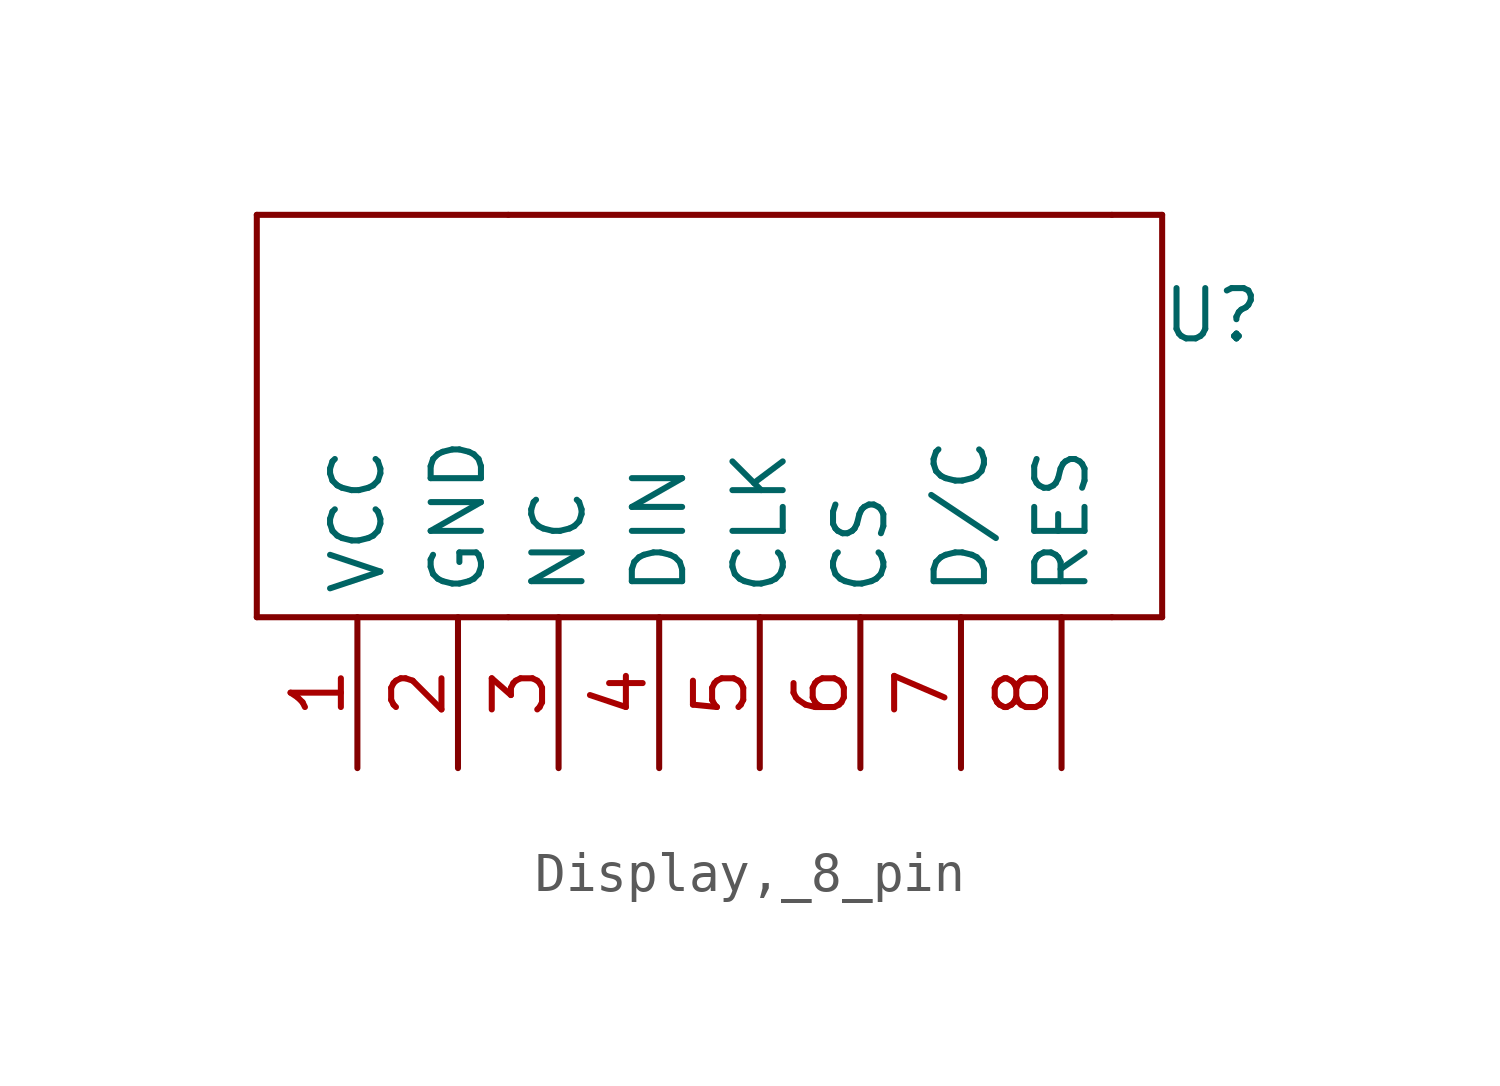
<source format=kicad_sym>
(kicad_symbol_lib
  (version 20231120)
  (generator "kicad_symbol_editor")
  (generator_version "8.0")
  (symbol "Display,_8_pin"
    (property "Reference" "U"
      (at 0 0 0)
      (effects (font (size 1.27 1.27))))
    (property "Value" ""
      (at 0 0 0)
      (effects (font (size 1.27 1.27))))
    (symbol "Display,_8_pin_0_1"
      (rectangle (start -24.13 -7.62) (end -17.78 -7.62) (stroke (width 0) (type default)) (fill (type none)))
      (rectangle (start -24.13 2.54) (end -24.13 -7.62) (stroke (width 0) (type default)) (fill (type none)))
      (rectangle (start -17.78 -7.62) (end -2.54 -7.62) (stroke (width 0) (type default)) (fill (type none)))
      (rectangle (start -17.78 2.54) (end -24.13 2.54) (stroke (width 0) (type default)) (fill (type none)))
      (rectangle (start -2.54 -7.62) (end -1.27 -7.62) (stroke (width 0) (type default)) (fill (type none)))
      (rectangle (start -2.54 2.54) (end -17.78 2.54) (stroke (width 0) (type default)) (fill (type none)))
      (rectangle (start -2.54 2.54) (end -1.27 2.54) (stroke (width 0) (type default)) (fill (type none)))
      (rectangle (start -1.27 2.54) (end -1.27 -7.62) (stroke (width 0) (type default)) (fill (type none))))
    (symbol "Display,_8_pin_1_1"
      (pin power_in line (at -21.59 -11.43 90) (length 3.81) (name "VCC" (effects (font (size 1.27 1.27)))) (number "1" (effects (font (size 1.27 1.27)))))
      (pin power_in line (at -19.05 -11.43 90) (length 3.81) (name "GND" (effects (font (size 1.27 1.27)))) (number "2" (effects (font (size 1.27 1.27)))))
      (pin input line (at -16.51 -11.43 90) (length 3.81) (name "NC" (effects (font (size 1.27 1.27)))) (number "3" (effects (font (size 1.27 1.27)))))
      (pin input line (at -13.97 -11.43 90) (length 3.81) (name "DIN" (effects (font (size 1.27 1.27)))) (number "4" (effects (font (size 1.27 1.27)))))
      (pin input line (at -11.43 -11.43 90) (length 3.81) (name "CLK" (effects (font (size 1.27 1.27)))) (number "5" (effects (font (size 1.27 1.27)))))
      (pin input line (at -8.89 -11.43 90) (length 3.81) (name "CS" (effects (font (size 1.27 1.27)))) (number "6" (effects (font (size 1.27 1.27)))))
      (pin input line (at -6.35 -11.43 90) (length 3.81) (name "D/C" (effects (font (size 1.27 1.27)))) (number "7" (effects (font (size 1.27 1.27)))))
      (pin input line (at -3.81 -11.43 90) (length 3.81) (name "RES" (effects (font (size 1.27 1.27)))) (number "8" (effects (font (size 1.27 1.27))))))))
</source>
